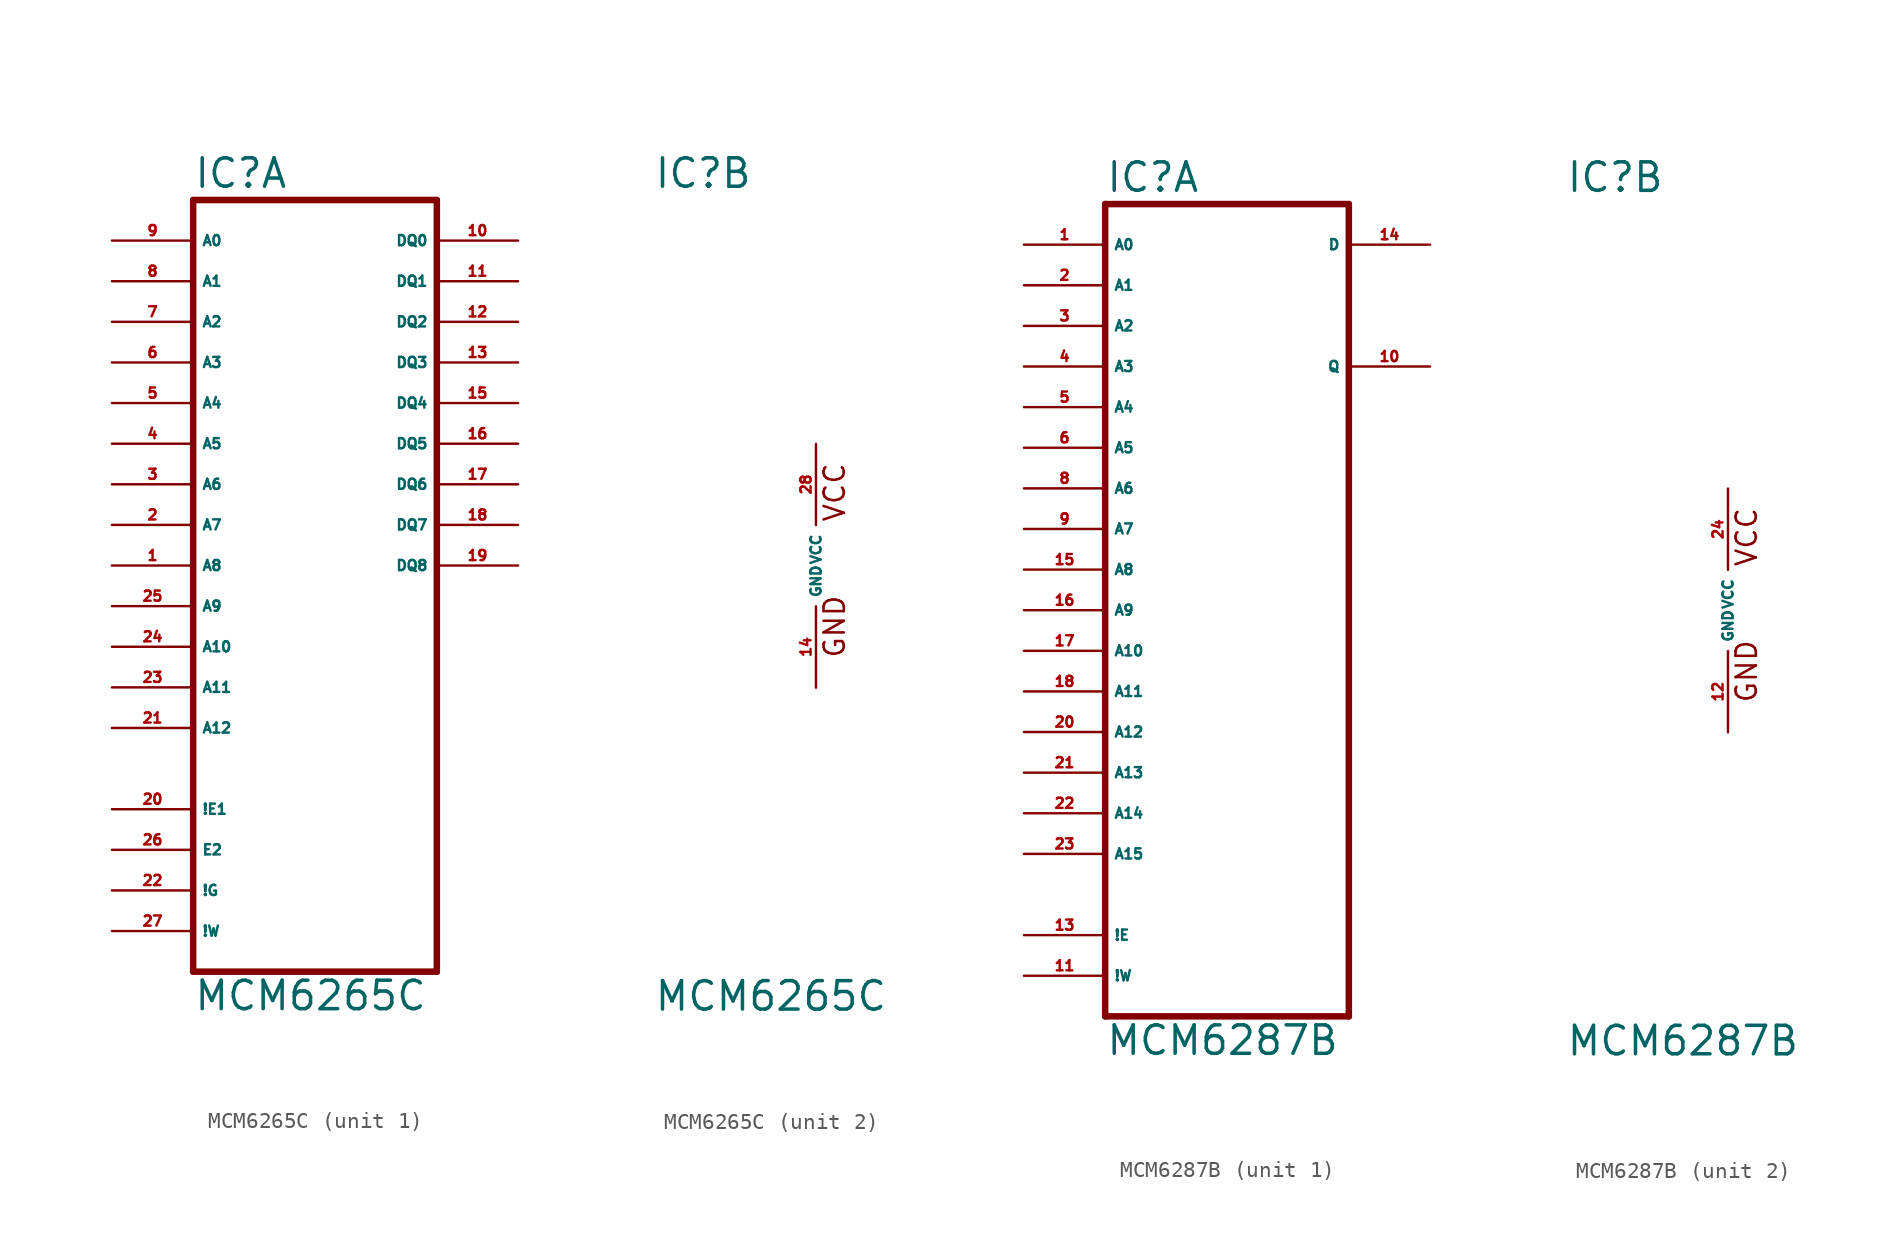
<source format=kicad_sym>
(kicad_symbol_lib
  (version 20220914)
  (generator Eagle2Kicad)
  (symbol "MCM6265C"
    (property "Reference" "IC"
      (at -10.16 23.495 0)
      (effects (font (size 1.778 1.778) (thickness 0.22)) (justify left bottom)))
    (property "Value" "MCM6265C"
      (at -10.16 -27.94 0)
      (effects (font (size 1.778 1.778) (thickness 0.22)) (justify left bottom)))
    (symbol "MCM6265C_1_0"
      (polyline (pts (xy -10.16 22.86) (xy -10.16 -25.4)) (stroke (width 0.406) (type default)) (fill (type none)))
      (polyline (pts (xy 5.08 -25.4) (xy -10.16 -25.4)) (stroke (width 0.406) (type default)) (fill (type none)))
      (polyline (pts (xy 5.08 -25.4) (xy 5.08 22.86)) (stroke (width 0.406) (type default)) (fill (type none)))
      (polyline (pts (xy -10.16 22.86) (xy 5.08 22.86)) (stroke (width 0.406) (type default)) (fill (type none)))
      (pin input line (at -15.24 20.32 0) (length 5.08) (name "A0" (effects (font (size 0.635 0.635) (thickness 0.08)) (justify left bottom))) (number "9" (effects (font (size 0.635 0.635) (thickness 0.08)) (justify left bottom))))
      (pin input line (at -15.24 17.78 0) (length 5.08) (name "A1" (effects (font (size 0.635 0.635) (thickness 0.08)) (justify left bottom))) (number "8" (effects (font (size 0.635 0.635) (thickness 0.08)) (justify left bottom))))
      (pin input line (at -15.24 15.24 0) (length 5.08) (name "A2" (effects (font (size 0.635 0.635) (thickness 0.08)) (justify left bottom))) (number "7" (effects (font (size 0.635 0.635) (thickness 0.08)) (justify left bottom))))
      (pin input line (at -15.24 12.7 0) (length 5.08) (name "A3" (effects (font (size 0.635 0.635) (thickness 0.08)) (justify left bottom))) (number "6" (effects (font (size 0.635 0.635) (thickness 0.08)) (justify left bottom))))
      (pin input line (at -15.24 10.16 0) (length 5.08) (name "A4" (effects (font (size 0.635 0.635) (thickness 0.08)) (justify left bottom))) (number "5" (effects (font (size 0.635 0.635) (thickness 0.08)) (justify left bottom))))
      (pin input line (at -15.24 7.62 0) (length 5.08) (name "A5" (effects (font (size 0.635 0.635) (thickness 0.08)) (justify left bottom))) (number "4" (effects (font (size 0.635 0.635) (thickness 0.08)) (justify left bottom))))
      (pin input line (at -15.24 5.08 0) (length 5.08) (name "A6" (effects (font (size 0.635 0.635) (thickness 0.08)) (justify left bottom))) (number "3" (effects (font (size 0.635 0.635) (thickness 0.08)) (justify left bottom))))
      (pin input line (at -15.24 2.54 0) (length 5.08) (name "A7" (effects (font (size 0.635 0.635) (thickness 0.08)) (justify left bottom))) (number "2" (effects (font (size 0.635 0.635) (thickness 0.08)) (justify left bottom))))
      (pin input line (at -15.24 0 0) (length 5.08) (name "A8" (effects (font (size 0.635 0.635) (thickness 0.08)) (justify left bottom))) (number "1" (effects (font (size 0.635 0.635) (thickness 0.08)) (justify left bottom))))
      (pin bidirectional line (at 10.16 20.32 180) (length 5.08) (name "DQ0" (effects (font (size 0.635 0.635) (thickness 0.08)) (justify left bottom))) (number "10" (effects (font (size 0.635 0.635) (thickness 0.08)) (justify left bottom))))
      (pin bidirectional line (at 10.16 17.78 180) (length 5.08) (name "DQ1" (effects (font (size 0.635 0.635) (thickness 0.08)) (justify left bottom))) (number "11" (effects (font (size 0.635 0.635) (thickness 0.08)) (justify left bottom))))
      (pin bidirectional line (at 10.16 15.24 180) (length 5.08) (name "DQ2" (effects (font (size 0.635 0.635) (thickness 0.08)) (justify left bottom))) (number "12" (effects (font (size 0.635 0.635) (thickness 0.08)) (justify left bottom))))
      (pin bidirectional line (at 10.16 12.7 180) (length 5.08) (name "DQ3" (effects (font (size 0.635 0.635) (thickness 0.08)) (justify left bottom))) (number "13" (effects (font (size 0.635 0.635) (thickness 0.08)) (justify left bottom))))
      (pin bidirectional line (at 10.16 10.16 180) (length 5.08) (name "DQ4" (effects (font (size 0.635 0.635) (thickness 0.08)) (justify left bottom))) (number "15" (effects (font (size 0.635 0.635) (thickness 0.08)) (justify left bottom))))
      (pin bidirectional line (at 10.16 7.62 180) (length 5.08) (name "DQ5" (effects (font (size 0.635 0.635) (thickness 0.08)) (justify left bottom))) (number "16" (effects (font (size 0.635 0.635) (thickness 0.08)) (justify left bottom))))
      (pin bidirectional line (at 10.16 5.08 180) (length 5.08) (name "DQ6" (effects (font (size 0.635 0.635) (thickness 0.08)) (justify left bottom))) (number "17" (effects (font (size 0.635 0.635) (thickness 0.08)) (justify left bottom))))
      (pin bidirectional line (at 10.16 2.54 180) (length 5.08) (name "DQ7" (effects (font (size 0.635 0.635) (thickness 0.08)) (justify left bottom))) (number "18" (effects (font (size 0.635 0.635) (thickness 0.08)) (justify left bottom))))
      (pin input line (at -15.24 -2.54 0) (length 5.08) (name "A9" (effects (font (size 0.635 0.635) (thickness 0.08)) (justify left bottom))) (number "25" (effects (font (size 0.635 0.635) (thickness 0.08)) (justify left bottom))))
      (pin input line (at -15.24 -5.08 0) (length 5.08) (name "A10" (effects (font (size 0.635 0.635) (thickness 0.08)) (justify left bottom))) (number "24" (effects (font (size 0.635 0.635) (thickness 0.08)) (justify left bottom))))
      (pin input line (at -15.24 -7.62 0) (length 5.08) (name "A11" (effects (font (size 0.635 0.635) (thickness 0.08)) (justify left bottom))) (number "23" (effects (font (size 0.635 0.635) (thickness 0.08)) (justify left bottom))))
      (pin input line (at -15.24 -10.16 0) (length 5.08) (name "A12" (effects (font (size 0.635 0.635) (thickness 0.08)) (justify left bottom))) (number "21" (effects (font (size 0.635 0.635) (thickness 0.08)) (justify left bottom))))
      (pin input line (at -15.24 -15.24 0) (length 5.08) (name "!E1" (effects (font (size 0.635 0.635) (thickness 0.08)) (justify left bottom))) (number "20" (effects (font (size 0.635 0.635) (thickness 0.08)) (justify left bottom))))
      (pin input line (at -15.24 -20.32 0) (length 5.08) (name "!G" (effects (font (size 0.635 0.635) (thickness 0.08)) (justify left bottom))) (number "22" (effects (font (size 0.635 0.635) (thickness 0.08)) (justify left bottom))))
      (pin input line (at -15.24 -22.86 0) (length 5.08) (name "!W" (effects (font (size 0.635 0.635) (thickness 0.08)) (justify left bottom))) (number "27" (effects (font (size 0.635 0.635) (thickness 0.08)) (justify left bottom))))
      (pin bidirectional line (at 10.16 0 180) (length 5.08) (name "DQ8" (effects (font (size 0.635 0.635) (thickness 0.08)) (justify left bottom))) (number "19" (effects (font (size 0.635 0.635) (thickness 0.08)) (justify left bottom))))
      (pin input line (at -15.24 -17.78 0) (length 5.08) (name "E2" (effects (font (size 0.635 0.635) (thickness 0.08)) (justify left bottom))) (number "26" (effects (font (size 0.635 0.635) (thickness 0.08)) (justify left bottom)))))
    (symbol "MCM6265C_2_0"
      (text "GND" (at 1.905 -5.842 900) (effects (font (size 1.27 1.27) (thickness 0.16)) (justify left bottom)))
      (text "VCC" (at 1.905 2.667 900) (effects (font (size 1.27 1.27) (thickness 0.16)) (justify left bottom)))
      (pin unspecified line (at 0 -7.62 90) (length 5.08) (name "GND" (effects (font (size 0.635 0.635) (thickness 0.08)) (justify left bottom))) (number "14" (effects (font (size 0.635 0.635) (thickness 0.08)) (justify left bottom))))
      (pin unspecified line (at 0 7.62 270) (length 5.08) (name "VCC" (effects (font (size 0.635 0.635) (thickness 0.08)) (justify left bottom))) (number "28" (effects (font (size 0.635 0.635) (thickness 0.08)) (justify left bottom))))))
  (symbol "MCM6287B"
    (property "Reference" "IC"
      (at -10.16 26.035 0)
      (effects (font (size 1.778 1.778) (thickness 0.22)) (justify left bottom)))
    (property "Value" "MCM6287B"
      (at -10.16 -27.94 0)
      (effects (font (size 1.778 1.778) (thickness 0.22)) (justify left bottom)))
    (symbol "MCM6287B_1_0"
      (polyline (pts (xy -10.16 25.4) (xy -10.16 -25.4)) (stroke (width 0.406) (type default)) (fill (type none)))
      (polyline (pts (xy 5.08 -25.4) (xy -10.16 -25.4)) (stroke (width 0.406) (type default)) (fill (type none)))
      (polyline (pts (xy 5.08 -25.4) (xy 5.08 25.4)) (stroke (width 0.406) (type default)) (fill (type none)))
      (polyline (pts (xy -10.16 25.4) (xy 5.08 25.4)) (stroke (width 0.406) (type default)) (fill (type none)))
      (pin input line (at -15.24 22.86 0) (length 5.08) (name "A0" (effects (font (size 0.635 0.635) (thickness 0.08)) (justify left bottom))) (number "1" (effects (font (size 0.635 0.635) (thickness 0.08)) (justify left bottom))))
      (pin input line (at -15.24 20.32 0) (length 5.08) (name "A1" (effects (font (size 0.635 0.635) (thickness 0.08)) (justify left bottom))) (number "2" (effects (font (size 0.635 0.635) (thickness 0.08)) (justify left bottom))))
      (pin input line (at -15.24 17.78 0) (length 5.08) (name "A2" (effects (font (size 0.635 0.635) (thickness 0.08)) (justify left bottom))) (number "3" (effects (font (size 0.635 0.635) (thickness 0.08)) (justify left bottom))))
      (pin input line (at -15.24 15.24 0) (length 5.08) (name "A3" (effects (font (size 0.635 0.635) (thickness 0.08)) (justify left bottom))) (number "4" (effects (font (size 0.635 0.635) (thickness 0.08)) (justify left bottom))))
      (pin input line (at -15.24 12.7 0) (length 5.08) (name "A4" (effects (font (size 0.635 0.635) (thickness 0.08)) (justify left bottom))) (number "5" (effects (font (size 0.635 0.635) (thickness 0.08)) (justify left bottom))))
      (pin input line (at -15.24 10.16 0) (length 5.08) (name "A5" (effects (font (size 0.635 0.635) (thickness 0.08)) (justify left bottom))) (number "6" (effects (font (size 0.635 0.635) (thickness 0.08)) (justify left bottom))))
      (pin input line (at -15.24 7.62 0) (length 5.08) (name "A6" (effects (font (size 0.635 0.635) (thickness 0.08)) (justify left bottom))) (number "8" (effects (font (size 0.635 0.635) (thickness 0.08)) (justify left bottom))))
      (pin input line (at -15.24 5.08 0) (length 5.08) (name "A7" (effects (font (size 0.635 0.635) (thickness 0.08)) (justify left bottom))) (number "9" (effects (font (size 0.635 0.635) (thickness 0.08)) (justify left bottom))))
      (pin input line (at -15.24 2.54 0) (length 5.08) (name "A8" (effects (font (size 0.635 0.635) (thickness 0.08)) (justify left bottom))) (number "15" (effects (font (size 0.635 0.635) (thickness 0.08)) (justify left bottom))))
      (pin input line (at 10.16 22.86 180) (length 5.08) (name "D" (effects (font (size 0.635 0.635) (thickness 0.08)) (justify left bottom))) (number "14" (effects (font (size 0.635 0.635) (thickness 0.08)) (justify left bottom))))
      (pin input line (at -15.24 0 0) (length 5.08) (name "A9" (effects (font (size 0.635 0.635) (thickness 0.08)) (justify left bottom))) (number "16" (effects (font (size 0.635 0.635) (thickness 0.08)) (justify left bottom))))
      (pin input line (at -15.24 -2.54 0) (length 5.08) (name "A10" (effects (font (size 0.635 0.635) (thickness 0.08)) (justify left bottom))) (number "17" (effects (font (size 0.635 0.635) (thickness 0.08)) (justify left bottom))))
      (pin input line (at -15.24 -5.08 0) (length 5.08) (name "A11" (effects (font (size 0.635 0.635) (thickness 0.08)) (justify left bottom))) (number "18" (effects (font (size 0.635 0.635) (thickness 0.08)) (justify left bottom))))
      (pin input line (at -15.24 -7.62 0) (length 5.08) (name "A12" (effects (font (size 0.635 0.635) (thickness 0.08)) (justify left bottom))) (number "20" (effects (font (size 0.635 0.635) (thickness 0.08)) (justify left bottom))))
      (pin input line (at -15.24 -10.16 0) (length 5.08) (name "A13" (effects (font (size 0.635 0.635) (thickness 0.08)) (justify left bottom))) (number "21" (effects (font (size 0.635 0.635) (thickness 0.08)) (justify left bottom))))
      (pin input line (at -15.24 -12.7 0) (length 5.08) (name "A14" (effects (font (size 0.635 0.635) (thickness 0.08)) (justify left bottom))) (number "22" (effects (font (size 0.635 0.635) (thickness 0.08)) (justify left bottom))))
      (pin input line (at -15.24 -20.32 0) (length 5.08) (name "!E" (effects (font (size 0.635 0.635) (thickness 0.08)) (justify left bottom))) (number "13" (effects (font (size 0.635 0.635) (thickness 0.08)) (justify left bottom))))
      (pin input line (at -15.24 -15.24 0) (length 5.08) (name "A15" (effects (font (size 0.635 0.635) (thickness 0.08)) (justify left bottom))) (number "23" (effects (font (size 0.635 0.635) (thickness 0.08)) (justify left bottom))))
      (pin input line (at -15.24 -22.86 0) (length 5.08) (name "!W" (effects (font (size 0.635 0.635) (thickness 0.08)) (justify left bottom))) (number "11" (effects (font (size 0.635 0.635) (thickness 0.08)) (justify left bottom))))
      (pin tri_state line (at 10.16 15.24 180) (length 5.08) (name "Q" (effects (font (size 0.635 0.635) (thickness 0.08)) (justify left bottom))) (number "10" (effects (font (size 0.635 0.635) (thickness 0.08)) (justify left bottom)))))
    (symbol "MCM6287B_2_0"
      (text "GND" (at 1.905 -5.842 900) (effects (font (size 1.27 1.27) (thickness 0.16)) (justify left bottom)))
      (text "VCC" (at 1.905 2.667 900) (effects (font (size 1.27 1.27) (thickness 0.16)) (justify left bottom)))
      (pin unspecified line (at 0 -7.62 90) (length 5.08) (name "GND" (effects (font (size 0.635 0.635) (thickness 0.08)) (justify left bottom))) (number "12" (effects (font (size 0.635 0.635) (thickness 0.08)) (justify left bottom))))
      (pin unspecified line (at 0 7.62 270) (length 5.08) (name "VCC" (effects (font (size 0.635 0.635) (thickness 0.08)) (justify left bottom))) (number "24" (effects (font (size 0.635 0.635) (thickness 0.08)) (justify left bottom)))))))
</source>
